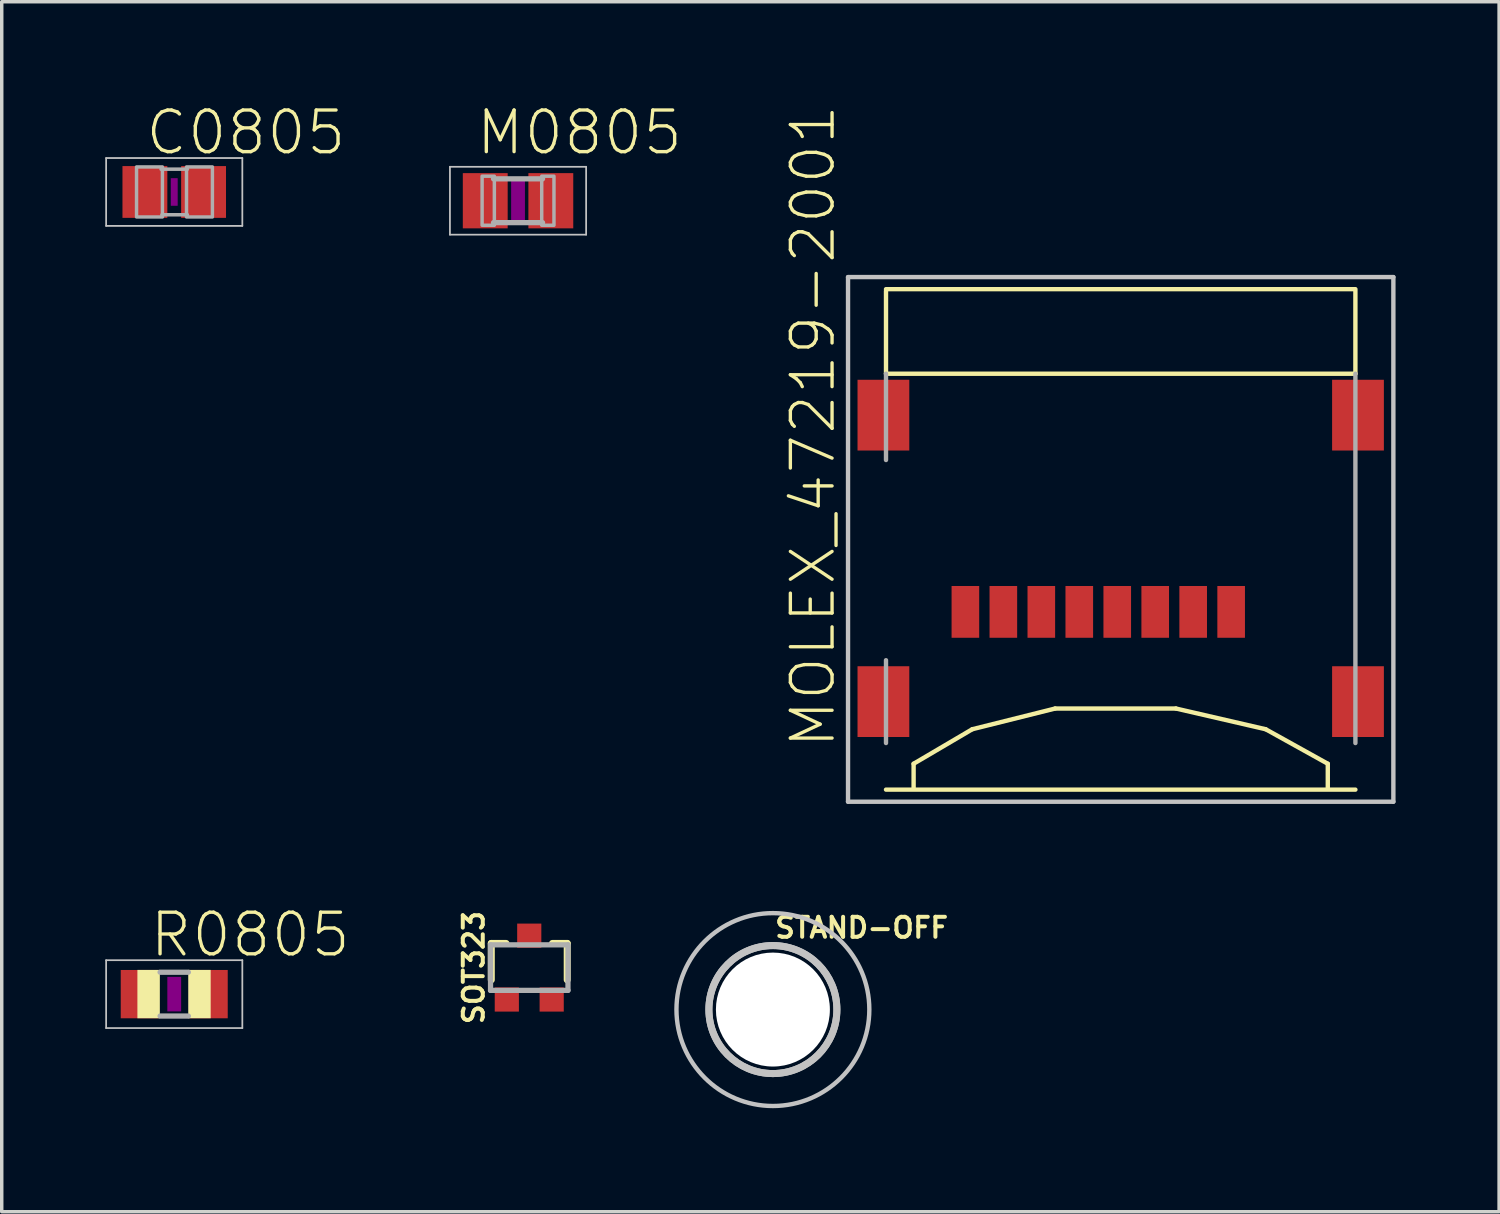
<source format=kicad_pcb>
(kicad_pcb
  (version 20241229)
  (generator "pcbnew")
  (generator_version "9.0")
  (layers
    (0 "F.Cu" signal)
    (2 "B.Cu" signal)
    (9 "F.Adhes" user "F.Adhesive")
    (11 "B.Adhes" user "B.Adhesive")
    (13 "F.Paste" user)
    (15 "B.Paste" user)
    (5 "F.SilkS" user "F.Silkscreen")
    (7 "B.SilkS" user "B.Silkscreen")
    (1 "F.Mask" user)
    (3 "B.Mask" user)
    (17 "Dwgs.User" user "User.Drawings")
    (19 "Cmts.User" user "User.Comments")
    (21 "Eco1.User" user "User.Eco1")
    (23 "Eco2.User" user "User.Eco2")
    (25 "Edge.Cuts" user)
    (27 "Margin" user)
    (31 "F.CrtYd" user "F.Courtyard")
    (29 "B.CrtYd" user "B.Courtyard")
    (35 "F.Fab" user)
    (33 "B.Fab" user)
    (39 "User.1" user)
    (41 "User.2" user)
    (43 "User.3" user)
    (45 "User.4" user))
  (footprint "SOT323"
    (layer "F.Cu")
    (at 12.284 24.984)
    (property "Reference" "SOT323" (at -1.27 0 270) (layer "F.SilkS") (effects (font (size 0.579 0.579) (thickness 0.116)) (justify bottom)))
    (attr through_hole)
    (fp_line (start -1.1 -0.7) (end -1.1 0.354) (stroke (width 0.203) (type solid)) (layer "F.SilkS"))
    (fp_line (start -0.673 -0.7) (end -1.1 -0.7) (stroke (width 0.203) (type solid)) (layer "F.SilkS"))
    (fp_line (start 0.673 -0.7) (end 1.1 -0.7) (stroke (width 0.203) (type solid)) (layer "F.SilkS"))
    (fp_line (start 1.1 -0.7) (end 1.1 0.354) (stroke (width 0.203) (type solid)) (layer "F.SilkS"))
    (fp_line (start -1.122 -0.66) (end 1.122 -0.66) (stroke (width 0.152) (type solid)) (layer "F.Fab"))
    (fp_line (start -1.122 0.66) (end -1.122 -0.66) (stroke (width 0.152) (type solid)) (layer "F.Fab"))
    (fp_line (start 1.122 -0.66) (end 1.122 0.66) (stroke (width 0.152) (type solid)) (layer "F.Fab"))
    (fp_line (start 1.122 0.66) (end -1.122 0.66) (stroke (width 0.152) (type solid)) (layer "F.Fab"))
    (pad "1" smd rect (at -0.65 0.925) (size 0.7 0.7) (layers "F.Cu" "F.Mask" "F.Paste"))
    (pad "2" smd rect (at 0.65 0.925) (size 0.7 0.7) (layers "F.Cu" "F.Mask" "F.Paste"))
    (pad "3" smd rect (at 0 -0.925) (size 0.7 0.7) (layers "F.Cu" "F.Mask" "F.Paste")))
  (footprint "C0805"
    (layer "F.Cu")
    (at 1.998 2.512)
    (property "Reference" "C0805" (at -0.889 -1.016 180) (layer "F.SilkS") (effects (font (size 1.206 1.206) (thickness 0.097)) (justify left bottom)))
    (attr through_hole)
    (fp_poly (pts (xy -0.1 0.4) (xy 0.1 0.4) (xy 0.1 -0.4) (xy -0.1 -0.4)) (stroke (width 0) (type solid)) (fill yes) (layer "F.Adhes"))
    (fp_line (start -1.973 -0.983) (end 1.973 -0.983) (stroke (width 0.051) (type solid)) (layer "Dwgs.User"))
    (fp_line (start -1.973 0.983) (end -1.973 -0.983) (stroke (width 0.051) (type solid)) (layer "Dwgs.User"))
    (fp_line (start 1.973 -0.983) (end 1.973 0.983) (stroke (width 0.051) (type solid)) (layer "Dwgs.User"))
    (fp_line (start 1.973 0.983) (end -1.973 0.983) (stroke (width 0.051) (type solid)) (layer "Dwgs.User"))
    (fp_line (start -0.381 -0.66) (end 0.381 -0.66) (stroke (width 0.102) (type solid)) (layer "F.Fab"))
    (fp_line (start -0.356 0.66) (end 0.381 0.66) (stroke (width 0.102) (type solid)) (layer "F.Fab"))
    (fp_poly (pts (xy -1.092 0.724) (xy -0.342 0.724) (xy -0.342 -0.726) (xy -1.092 -0.726)) (stroke (width 0.1) (type solid)) (fill no) (layer "F.Fab"))
    (fp_poly (pts (xy 0.356 0.724) (xy 1.106 0.724) (xy 1.106 -0.726) (xy 0.356 -0.726)) (stroke (width 0.1) (type solid)) (fill no) (layer "F.Fab"))
    (pad "1" smd rect (at -0.85 0) (size 1.3 1.5) (layers "F.Cu" "F.Mask" "F.Paste"))
    (pad "2" smd rect (at 0.85 0) (size 1.3 1.5) (layers "F.Cu" "F.Mask" "F.Paste")))
  (footprint "MOLEX_47219-2001"
    (layer "F.Cu")
    (at 29.42 12.578)
    (property "Reference" "MOLEX_47219-2001" (at -8.21 6.107 270) (layer "F.SilkS") (effects (font (size 1.208 1.208) (thickness 0.097)) (justify left bottom)))
    (attr through_hole)
    (fp_line (start -6.8 -7.25) (end 6.8 -7.25) (stroke (width 0.127) (type solid)) (layer "F.SilkS"))
    (fp_line (start -6.8 -7.2) (end -6.8 -4.8) (stroke (width 0.127) (type solid)) (layer "F.SilkS"))
    (fp_line (start -6.8 -4.8) (end 6.8 -4.8) (stroke (width 0.127) (type solid)) (layer "F.SilkS"))
    (fp_line (start -6.8 7.25) (end 6.8 7.25) (stroke (width 0.127) (type solid)) (layer "F.SilkS"))
    (fp_line (start -6 6.5) (end -4.3 5.5) (stroke (width 0.127) (type solid)) (layer "F.SilkS"))
    (fp_line (start -6 7.2) (end -6 6.5) (stroke (width 0.127) (type solid)) (layer "F.SilkS"))
    (fp_line (start -4.3 5.5) (end -1.9 4.9) (stroke (width 0.127) (type solid)) (layer "F.SilkS"))
    (fp_line (start -1.9 4.9) (end 1.6 4.9) (stroke (width 0.127) (type solid)) (layer "F.SilkS"))
    (fp_line (start 1.6 4.9) (end 4.2 5.5) (stroke (width 0.127) (type solid)) (layer "F.SilkS"))
    (fp_line (start 4.2 5.5) (end 6 6.5) (stroke (width 0.127) (type solid)) (layer "F.SilkS"))
    (fp_line (start 6 7.2) (end 6 6.5) (stroke (width 0.127) (type solid)) (layer "F.SilkS"))
    (fp_line (start 6.8 -7.2) (end 6.8 -4.8) (stroke (width 0.127) (type solid)) (layer "F.SilkS"))
    (fp_line (start -7.9 -7.6) (end 7.9 -7.6) (stroke (width 0.127) (type solid)) (layer "Dwgs.User"))
    (fp_line (start -7.9 7.6) (end -7.9 -7.6) (stroke (width 0.127) (type solid)) (layer "Dwgs.User"))
    (fp_line (start 7.9 -7.6) (end 7.9 7.6) (stroke (width 0.127) (type solid)) (layer "Dwgs.User"))
    (fp_line (start 7.9 7.6) (end -7.9 7.6) (stroke (width 0.127) (type solid)) (layer "Dwgs.User"))
    (fp_line (start -6.8 -2.3) (end -6.8 -4.8) (stroke (width 0.127) (type solid)) (layer "F.Fab"))
    (fp_line (start -6.8 5.9) (end -6.8 3.5) (stroke (width 0.127) (type solid)) (layer "F.Fab"))
    (fp_line (start 6.8 -4.8) (end 6.8 5.9) (stroke (width 0.127) (type solid)) (layer "F.Fab"))
    (pad "1" smd rect (at 3.2 2.1) (size 0.8 1.5) (layers "F.Cu" "F.Mask" "F.Paste"))
    (pad "2" smd rect (at 2.1 2.1) (size 0.8 1.5) (layers "F.Cu" "F.Mask" "F.Paste"))
    (pad "3" smd rect (at 1 2.1) (size 0.8 1.5) (layers "F.Cu" "F.Mask" "F.Paste"))
    (pad "4" smd rect (at -0.1 2.1) (size 0.8 1.5) (layers "F.Cu" "F.Mask" "F.Paste"))
    (pad "5" smd rect (at -1.2 2.1) (size 0.8 1.5) (layers "F.Cu" "F.Mask" "F.Paste"))
    (pad "6" smd rect (at -2.3 2.1) (size 0.8 1.5) (layers "F.Cu" "F.Mask" "F.Paste"))
    (pad "7" smd rect (at -3.4 2.1) (size 0.8 1.5) (layers "F.Cu" "F.Mask" "F.Paste"))
    (pad "8" smd rect (at -4.5 2.1) (size 0.8 1.5) (layers "F.Cu" "F.Mask" "F.Paste"))
    (pad "G1" smd rect (at 6.875 4.7) (size 1.5 2.05) (layers "F.Cu" "F.Mask" "F.Paste"))
    (pad "G2" smd rect (at 6.875 -3.6) (size 1.5 2.05) (layers "F.Cu" "F.Mask" "F.Paste"))
    (pad "G3" smd rect (at -6.875 -3.6) (size 1.5 2.05) (layers "F.Cu" "F.Mask" "F.Paste"))
    (pad "G4" smd rect (at -6.875 4.7) (size 1.5 2.05) (layers "F.Cu" "F.Mask" "F.Paste")))
  (footprint "R0805"
    (layer "F.Cu")
    (at 1.998 25.753)
    (property "Reference" "R0805" (at -0.762 -1.016 0) (layer "F.SilkS") (effects (font (size 1.206 1.206) (thickness 0.097)) (justify left bottom)))
    (attr through_hole)
    (fp_poly (pts (xy -1.067 0.699) (xy -0.417 0.699) (xy -0.417 -0.702) (xy -1.067 -0.702)) (stroke (width 0) (type solid)) (fill yes) (layer "F.SilkS"))
    (fp_poly (pts (xy 0.406 0.699) (xy 1.056 0.699) (xy 1.056 -0.702) (xy 0.406 -0.702)) (stroke (width 0) (type solid)) (fill yes) (layer "F.SilkS"))
    (fp_poly (pts (xy -0.2 0.5) (xy 0.2 0.5) (xy 0.2 -0.5) (xy -0.2 -0.5)) (stroke (width 0) (type solid)) (fill yes) (layer "F.Adhes"))
    (fp_line (start -1.973 -0.983) (end 1.973 -0.983) (stroke (width 0.051) (type solid)) (layer "Dwgs.User"))
    (fp_line (start -1.973 0.983) (end -1.973 -0.983) (stroke (width 0.051) (type solid)) (layer "Dwgs.User"))
    (fp_line (start 1.973 -0.983) (end 1.973 0.983) (stroke (width 0.051) (type solid)) (layer "Dwgs.User"))
    (fp_line (start 1.973 0.983) (end -1.973 0.983) (stroke (width 0.051) (type solid)) (layer "Dwgs.User"))
    (fp_line (start -0.41 -0.635) (end 0.41 -0.635) (stroke (width 0.152) (type solid)) (layer "F.Fab"))
    (fp_line (start -0.41 0.635) (end 0.41 0.635) (stroke (width 0.152) (type solid)) (layer "F.Fab"))
    (pad "1" smd rect (at -1 0) (size 1.1 1.4) (layers "F.Cu" "F.Mask" "F.Paste"))
    (pad "2" smd rect (at 1 0) (size 1.1 1.4) (layers "F.Cu" "F.Mask" "F.Paste")))
  (footprint "M0805"
    (layer "F.Cu")
    (at 11.959 2.766)
    (property "Reference" "M0805" (at -1.27 -1.27 0) (layer "F.SilkS") (effects (font (size 1.206 1.206) (thickness 0.097)) (justify left bottom)))
    (attr through_hole)
    (fp_poly (pts (xy -0.2 0.6) (xy 0.2 0.6) (xy 0.2 -0.6) (xy -0.2 -0.6)) (stroke (width 0) (type solid)) (fill yes) (layer "F.Adhes"))
    (fp_line (start -1.973 -0.983) (end 1.973 -0.983) (stroke (width 0.051) (type solid)) (layer "Dwgs.User"))
    (fp_line (start -1.973 0.983) (end -1.973 -0.983) (stroke (width 0.051) (type solid)) (layer "Dwgs.User"))
    (fp_line (start 1.973 -0.983) (end 1.973 0.983) (stroke (width 0.051) (type solid)) (layer "Dwgs.User"))
    (fp_line (start 1.973 0.983) (end -1.973 0.983) (stroke (width 0.051) (type solid)) (layer "Dwgs.User"))
    (fp_line (start 0.711 -0.635) (end -0.711 -0.635) (stroke (width 0.152) (type solid)) (layer "F.Fab"))
    (fp_line (start 0.711 0.635) (end -0.711 0.635) (stroke (width 0.152) (type solid)) (layer "F.Fab"))
    (fp_poly (pts (xy -1.041 0.711) (xy -0.686 0.711) (xy -0.686 -0.711) (xy -1.041 -0.711)) (stroke (width 0.1) (type solid)) (fill no) (layer "F.Fab"))
    (fp_poly (pts (xy 0.686 0.711) (xy 1.041 0.711) (xy 1.041 -0.711) (xy 0.686 -0.711)) (stroke (width 0.1) (type solid)) (fill no) (layer "F.Fab"))
    (pad "1" smd rect (at -0.95 0) (size 1.3 1.6) (layers "F.Cu" "F.Mask" "F.Paste"))
    (pad "2" smd rect (at 0.95 0) (size 1.3 1.6) (layers "F.Cu" "F.Mask" "F.Paste")))
  (footprint "STAND-OFF"
    (layer "F.Cu")
    (at 19.343 26.2)
    (property "Reference" "STAND-OFF" (at 0 -2.032 0) (layer "F.SilkS") (effects (font (size 0.579 0.579) (thickness 0.116)) (justify left bottom)))
    (attr through_hole)
    (fp_arc (start 0 -1.8542) (mid 1.8542 0) (end 0 1.8542) (stroke (width 0.2032) (type solid)) (layer "Dwgs.User"))
    (fp_arc (start 0 -1.8542) (mid 1.8542 0) (end 0 1.8542) (stroke (width 0.2032) (type solid)) (layer "Dwgs.User"))
    (fp_arc (start 0 1.8542) (mid -1.8542 0) (end 0 -1.8542) (stroke (width 0.2032) (type solid)) (layer "Dwgs.User"))
    (fp_arc (start 0 1.8542) (mid -1.8542 0) (end 0 -1.8542) (stroke (width 0.2032) (type solid)) (layer "Dwgs.User"))
    (fp_circle (center 0 0) (end 2.794 0) (stroke (width 0.127) (type solid)) (fill no) (layer "Dwgs.User"))
    (pad "" np_thru_hole circle (at 0 0) (size 3.302 3.302) (drill 3.302) (layers "*.Cu" "*.Mask")))
  (gr_rect
    (start -3 -3)
    (end 40.383 32.057)
    (stroke (width 0.1) (type default))
    (fill no)
    (layer "Edge.Cuts")))
</source>
